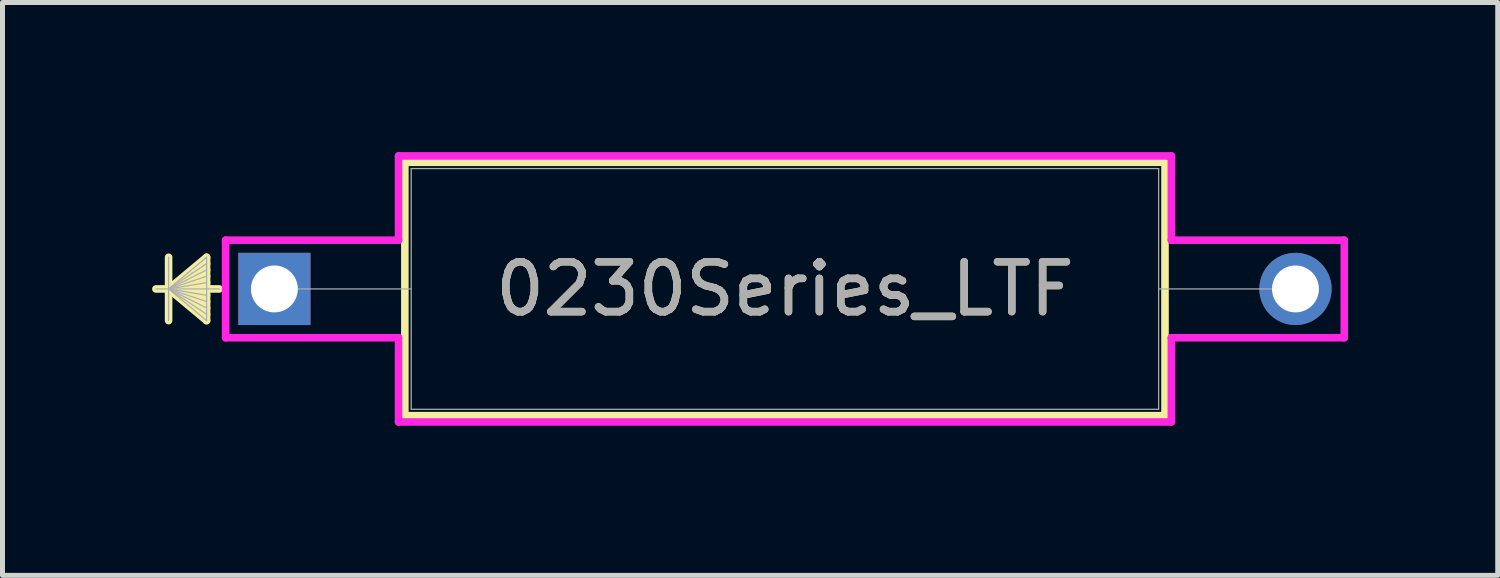
<source format=kicad_pcb>
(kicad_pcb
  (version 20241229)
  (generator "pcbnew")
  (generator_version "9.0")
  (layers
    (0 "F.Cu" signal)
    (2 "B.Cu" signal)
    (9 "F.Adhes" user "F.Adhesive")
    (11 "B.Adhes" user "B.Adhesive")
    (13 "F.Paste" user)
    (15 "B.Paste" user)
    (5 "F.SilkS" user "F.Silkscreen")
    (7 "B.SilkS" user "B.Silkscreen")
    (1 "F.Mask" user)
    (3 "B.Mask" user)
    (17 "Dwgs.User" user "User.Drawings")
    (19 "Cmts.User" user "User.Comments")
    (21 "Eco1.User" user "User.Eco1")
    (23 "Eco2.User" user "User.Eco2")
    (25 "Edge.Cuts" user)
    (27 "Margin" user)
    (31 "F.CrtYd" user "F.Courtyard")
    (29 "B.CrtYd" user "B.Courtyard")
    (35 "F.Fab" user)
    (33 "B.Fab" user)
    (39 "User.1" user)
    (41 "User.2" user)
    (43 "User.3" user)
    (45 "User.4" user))
  (footprint "0230Series_LTF"
    (layer "F.Cu")
    (at 2.451 2.743)
    (property "Reference" "0230Series_LTF" (at 10.236 0 0) (unlocked yes) (layer "F.SilkS") (effects (font (size 1 1) (thickness 0.15))))
    (attr through_hole)
    (fp_line (start -2.121 -0.635) (end -2.121 0.635) (stroke (width 0.152) (type solid)) (layer "F.SilkS"))
    (fp_line (start -2.121 0) (end -1.359 -0.635) (stroke (width 0.152) (type solid)) (layer "F.SilkS"))
    (fp_line (start -2.121 0) (end -1.359 -0.508) (stroke (width 0.152) (type solid)) (layer "F.SilkS"))
    (fp_line (start -2.121 0) (end -1.359 -0.381) (stroke (width 0.152) (type solid)) (layer "F.SilkS"))
    (fp_line (start -2.121 0) (end -1.359 -0.254) (stroke (width 0.152) (type solid)) (layer "F.SilkS"))
    (fp_line (start -2.121 0) (end -1.359 -0.127) (stroke (width 0.152) (type solid)) (layer "F.SilkS"))
    (fp_line (start -2.121 0) (end -1.359 0.127) (stroke (width 0.152) (type solid)) (layer "F.SilkS"))
    (fp_line (start -2.121 0) (end -1.359 0.254) (stroke (width 0.152) (type solid)) (layer "F.SilkS"))
    (fp_line (start -2.121 0) (end -1.359 0.381) (stroke (width 0.152) (type solid)) (layer "F.SilkS"))
    (fp_line (start -2.121 0) (end -1.359 0.508) (stroke (width 0.152) (type solid)) (layer "F.SilkS"))
    (fp_line (start -2.121 0) (end -1.359 0.635) (stroke (width 0.152) (type solid)) (layer "F.SilkS"))
    (fp_line (start -1.359 -0.635) (end -1.359 0.635) (stroke (width 0.152) (type solid)) (layer "F.SilkS"))
    (fp_line (start -1.105 0) (end -2.375 0) (stroke (width 0.152) (type solid)) (layer "F.SilkS"))
    (fp_line (start 2.616 -2.54) (end 2.616 2.54) (stroke (width 0.152) (type solid)) (layer "F.SilkS"))
    (fp_line (start 2.616 2.54) (end 17.856 2.54) (stroke (width 0.152) (type solid)) (layer "F.SilkS"))
    (fp_line (start 17.856 -2.54) (end 2.616 -2.54) (stroke (width 0.152) (type solid)) (layer "F.SilkS"))
    (fp_line (start 17.856 2.54) (end 17.856 -2.54) (stroke (width 0.152) (type solid)) (layer "F.SilkS"))
    (fp_line (start -0.978 -0.978) (end 2.489 -0.978) (stroke (width 0.152) (type solid)) (layer "F.CrtYd"))
    (fp_line (start -0.978 0.978) (end -0.978 -0.978) (stroke (width 0.152) (type solid)) (layer "F.CrtYd"))
    (fp_line (start 2.489 -2.667) (end 17.983 -2.667) (stroke (width 0.152) (type solid)) (layer "F.CrtYd"))
    (fp_line (start 2.489 -0.978) (end 2.489 -2.667) (stroke (width 0.152) (type solid)) (layer "F.CrtYd"))
    (fp_line (start 2.489 0.978) (end -0.978 0.978) (stroke (width 0.152) (type solid)) (layer "F.CrtYd"))
    (fp_line (start 2.489 2.667) (end 2.489 0.978) (stroke (width 0.152) (type solid)) (layer "F.CrtYd"))
    (fp_line (start 17.983 -2.667) (end 17.983 -0.978) (stroke (width 0.152) (type solid)) (layer "F.CrtYd"))
    (fp_line (start 17.983 -0.978) (end 21.45 -0.978) (stroke (width 0.152) (type solid)) (layer "F.CrtYd"))
    (fp_line (start 17.983 0.978) (end 17.983 2.667) (stroke (width 0.152) (type solid)) (layer "F.CrtYd"))
    (fp_line (start 17.983 2.667) (end 2.489 2.667) (stroke (width 0.152) (type solid)) (layer "F.CrtYd"))
    (fp_line (start 21.45 -0.978) (end 21.45 0.978) (stroke (width 0.152) (type solid)) (layer "F.CrtYd"))
    (fp_line (start 21.45 0.978) (end 17.983 0.978) (stroke (width 0.152) (type solid)) (layer "F.CrtYd"))
    (fp_line (start -2.121 -0.635) (end -2.121 0.635) (stroke (width 0.025) (type solid)) (layer "F.Fab"))
    (fp_line (start -2.121 0) (end -1.359 -0.635) (stroke (width 0.025) (type solid)) (layer "F.Fab"))
    (fp_line (start -2.121 0) (end -1.359 -0.508) (stroke (width 0.025) (type solid)) (layer "F.Fab"))
    (fp_line (start -2.121 0) (end -1.359 -0.381) (stroke (width 0.025) (type solid)) (layer "F.Fab"))
    (fp_line (start -2.121 0) (end -1.359 -0.254) (stroke (width 0.025) (type solid)) (layer "F.Fab"))
    (fp_line (start -2.121 0) (end -1.359 -0.127) (stroke (width 0.025) (type solid)) (layer "F.Fab"))
    (fp_line (start -2.121 0) (end -1.359 0.127) (stroke (width 0.025) (type solid)) (layer "F.Fab"))
    (fp_line (start -2.121 0) (end -1.359 0.254) (stroke (width 0.025) (type solid)) (layer "F.Fab"))
    (fp_line (start -2.121 0) (end -1.359 0.381) (stroke (width 0.025) (type solid)) (layer "F.Fab"))
    (fp_line (start -2.121 0) (end -1.359 0.508) (stroke (width 0.025) (type solid)) (layer "F.Fab"))
    (fp_line (start -2.121 0) (end -1.359 0.635) (stroke (width 0.025) (type solid)) (layer "F.Fab"))
    (fp_line (start -1.359 -0.635) (end -1.359 0.635) (stroke (width 0.025) (type solid)) (layer "F.Fab"))
    (fp_line (start -1.105 0) (end -2.375 0) (stroke (width 0.025) (type solid)) (layer "F.Fab"))
    (fp_line (start 0 0) (end 2.743 0) (stroke (width 0.025) (type solid)) (layer "F.Fab"))
    (fp_line (start 2.743 -2.413) (end 2.743 2.413) (stroke (width 0.025) (type solid)) (layer "F.Fab"))
    (fp_line (start 2.743 2.413) (end 17.729 2.413) (stroke (width 0.025) (type solid)) (layer "F.Fab"))
    (fp_line (start 17.729 -2.413) (end 2.743 -2.413) (stroke (width 0.025) (type solid)) (layer "F.Fab"))
    (fp_line (start 17.729 2.413) (end 17.729 -2.413) (stroke (width 0.025) (type solid)) (layer "F.Fab"))
    (fp_line (start 20.472 0) (end 17.729 0) (stroke (width 0.025) (type solid)) (layer "F.Fab"))
    (fp_text user "${REFERENCE}" (at 10.236 0 0) (unlocked yes) (layer "F.Fab") (effects (font (size 1 1) (thickness 0.15))))
    (pad "1" thru_hole rect (at 0 0) (size 1.448 1.448) (drill 0.94) (layers "*.Cu" "*.Mask"))
    (pad "2" thru_hole circle (at 20.472 0) (size 1.448 1.448) (drill 0.94) (layers "*.Cu" "*.Mask")))
  (gr_rect
    (start -3 -3)
    (end 26.978 8.486)
    (stroke (width 0.1) (type default))
    (fill no)
    (layer "Edge.Cuts")))
</source>
